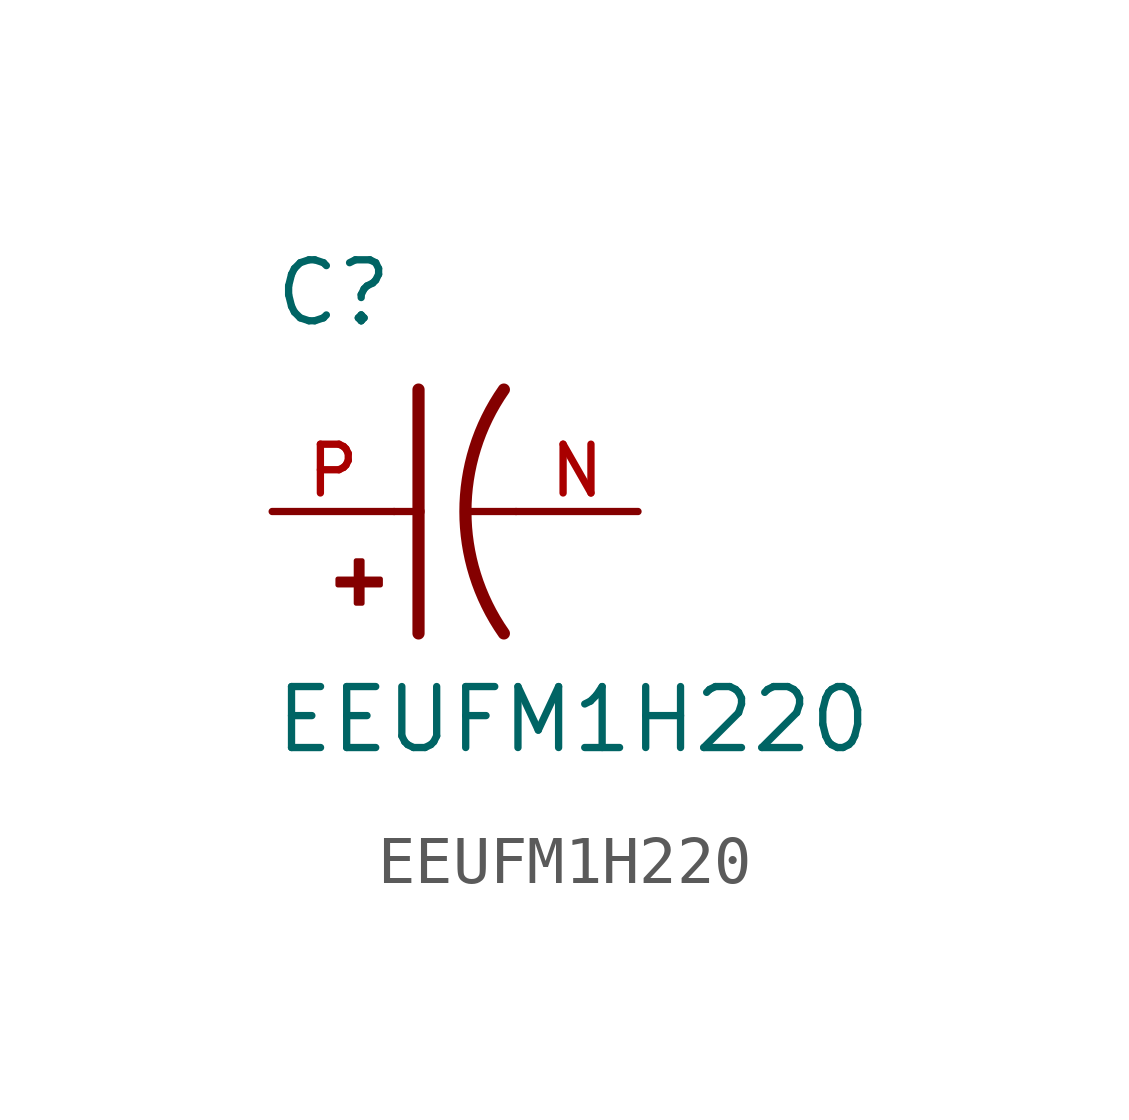
<source format=kicad_sym>
(kicad_symbol_lib
  (version 20211014)
  (generator kicad_symbol_editor)
  (symbol "EEUFM1H220"
    (pin_names
      (offset 1.016))
    (property "Reference" "C"
      (at -2.54 3.81 0)
      (effects (font (size 1.27 1.27)) (justify bottom left)))
    (property "Value" "EEUFM1H220"
      (at -2.54 -5.08 0)
      (effects (font (size 1.27 1.27)) (justify bottom left)))
    (symbol "EEUFM1H220_0_0"
      (arc (start 2.286 -2.54) (mid 1.4851 -0.0) (end 2.286 2.54) (stroke (width 0.254) (type default) (color 0 0 0 0)) (fill (type none)))
      (polyline (pts (xy 0.508 2.54) (xy 0.508 0.0)) (stroke (width 0.254)))
      (rectangle (start -1.173 -1.532) (end -0.284 -1.405) (stroke (width 0.1)) (fill (type outline)))
      (rectangle (start -0.792 -1.913) (end -0.665 -1.024) (stroke (width 0.1)) (fill (type outline)))
      (polyline (pts (xy 0.508 0.0) (xy 0.508 -2.54)) (stroke (width 0.254)))
      (polyline (pts (xy 0.0 0.0) (xy 0.508 0.0)) (stroke (width 0.152)))
      (polyline (pts (xy 2.54 0.0) (xy 1.524 0.0)) (stroke (width 0.152)))
      (pin passive line (at -2.54 0.0 0) (length 2.54) (name "~" (effects (font (size 1.016 1.016)))) (number "P" (effects (font (size 1.016 1.016)))))
      (pin passive line (at 5.08 0.0 180.0) (length 2.54) (name "~" (effects (font (size 1.016 1.016)))) (number "N" (effects (font (size 1.016 1.016))))))))
</source>
